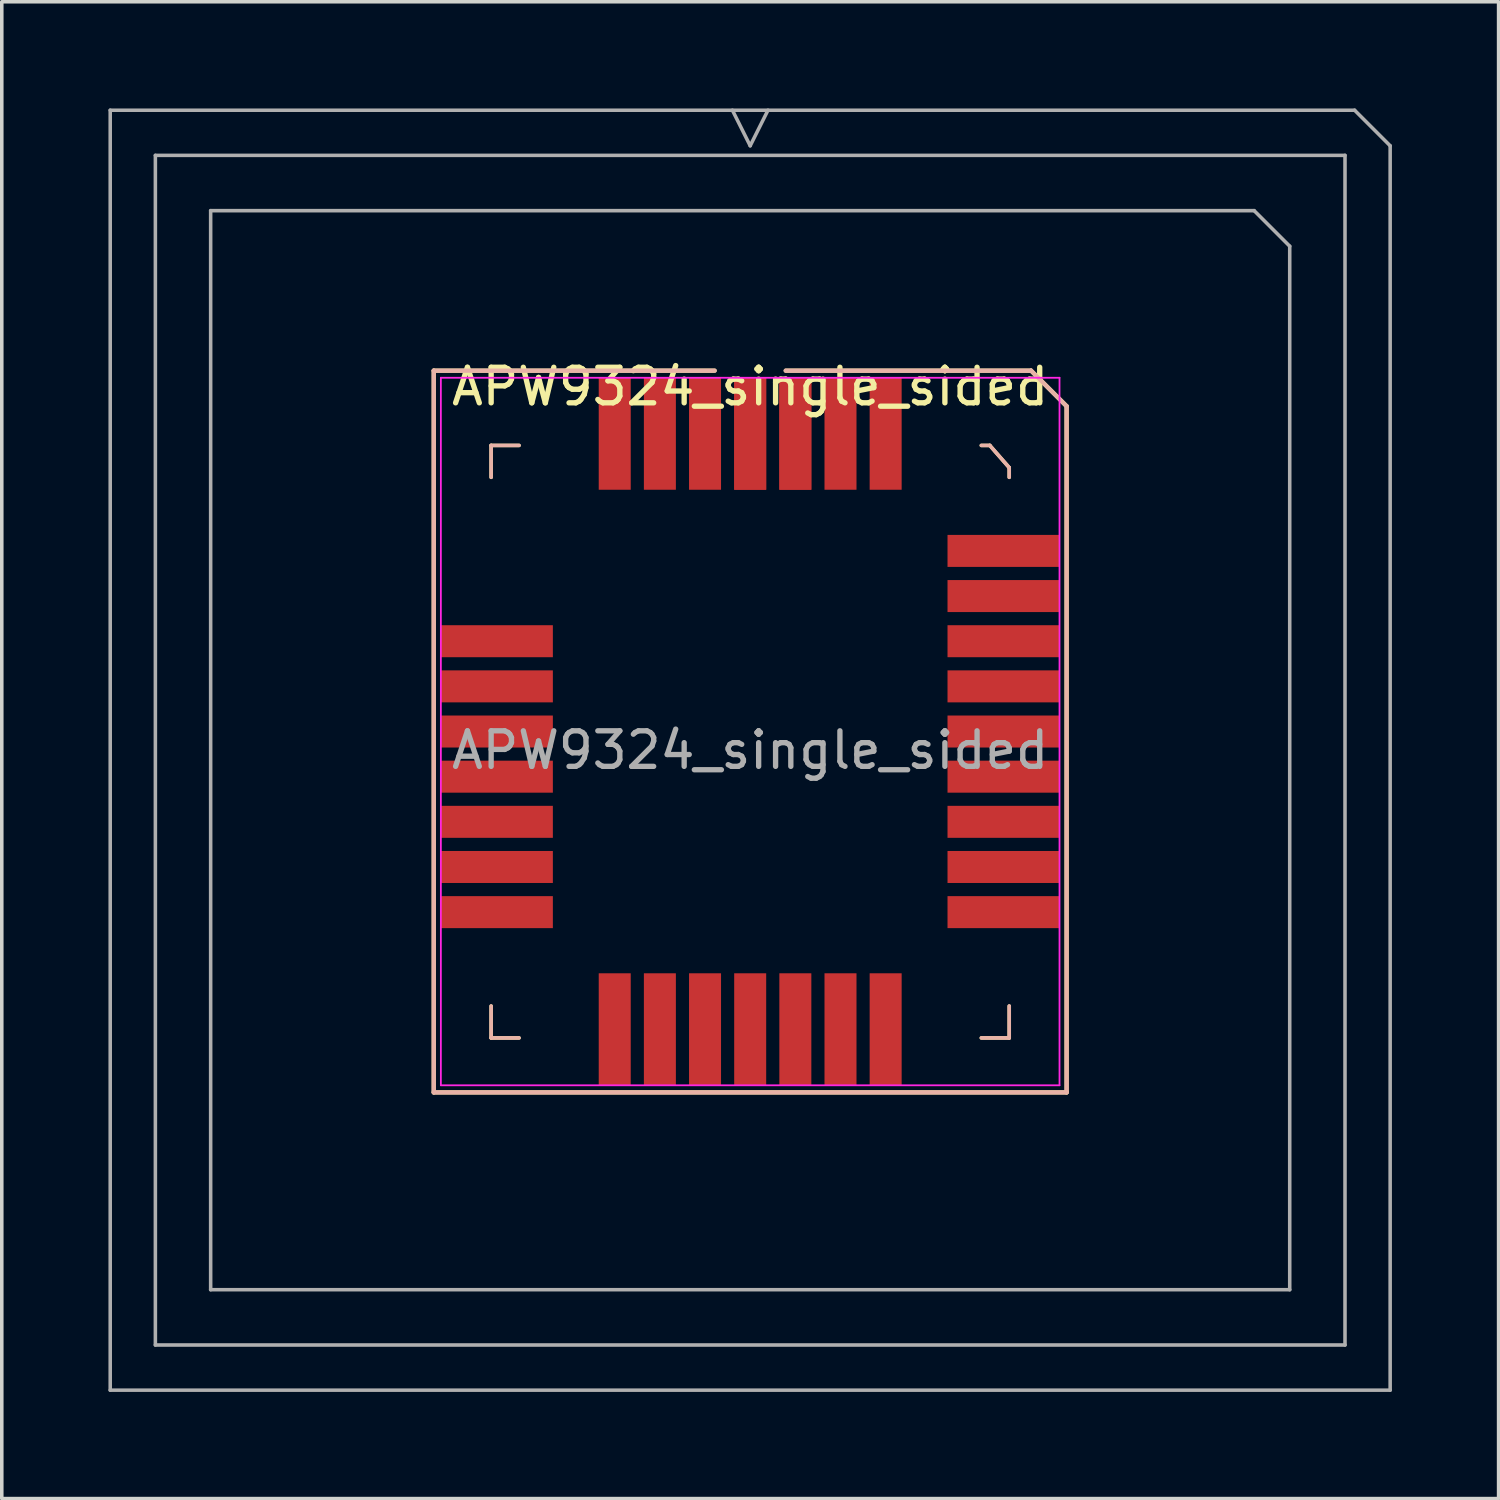
<source format=kicad_pcb>
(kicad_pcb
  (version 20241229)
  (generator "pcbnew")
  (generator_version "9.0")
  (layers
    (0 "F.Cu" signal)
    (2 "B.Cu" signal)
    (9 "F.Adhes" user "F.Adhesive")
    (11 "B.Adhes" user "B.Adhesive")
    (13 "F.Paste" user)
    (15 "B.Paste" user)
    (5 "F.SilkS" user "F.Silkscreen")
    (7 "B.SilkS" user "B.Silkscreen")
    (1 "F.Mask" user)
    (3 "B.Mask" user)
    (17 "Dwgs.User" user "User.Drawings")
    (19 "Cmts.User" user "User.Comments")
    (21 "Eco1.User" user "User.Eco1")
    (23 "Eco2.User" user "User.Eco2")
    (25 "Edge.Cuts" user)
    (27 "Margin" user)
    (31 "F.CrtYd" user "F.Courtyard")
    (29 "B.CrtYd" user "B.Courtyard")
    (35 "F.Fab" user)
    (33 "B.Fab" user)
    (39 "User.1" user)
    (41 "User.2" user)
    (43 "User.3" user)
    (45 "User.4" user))
  (footprint "APW9324_single_sided"
    (layer "F.Cu")
    (at 18.05 17.525)
    (property "Reference" "APW9324_single_sided" (at 0 -9.7 180) (layer "F.SilkS") (effects (font (size 1 1) (thickness 0.15))))
    (attr smd)
    (fp_line (start -8.9 -10.15) (end -1 -10.15) (stroke (width 0.12) (type solid)) (layer "F.SilkS"))
    (fp_line (start -8.9 10.15) (end -8.9 -10.15) (stroke (width 0.12) (type solid)) (layer "F.SilkS"))
    (fp_line (start -7.286 -8.047) (end -7.286 -7.15) (stroke (width 0.1) (type solid)) (layer "F.SilkS"))
    (fp_line (start -7.286 8.618) (end -7.286 7.721) (stroke (width 0.1) (type solid)) (layer "F.SilkS"))
    (fp_line (start -6.501 -8.047) (end -7.286 -8.047) (stroke (width 0.1) (type solid)) (layer "F.SilkS"))
    (fp_line (start -6.501 8.618) (end -7.286 8.618) (stroke (width 0.1) (type solid)) (layer "F.SilkS"))
    (fp_line (start 1 -10.15) (end 7.9 -10.15) (stroke (width 0.12) (type solid)) (layer "F.SilkS"))
    (fp_line (start 6.501 -8.047) (end 6.739 -8.047) (stroke (width 0.1) (type solid)) (layer "F.SilkS"))
    (fp_line (start 6.501 8.618) (end 7.286 8.618) (stroke (width 0.1) (type solid)) (layer "F.SilkS"))
    (fp_line (start 6.739 -8.047) (end 7.286 -7.422) (stroke (width 0.1) (type solid)) (layer "F.SilkS"))
    (fp_line (start 7.286 -7.422) (end 7.286 -7.15) (stroke (width 0.1) (type solid)) (layer "F.SilkS"))
    (fp_line (start 7.286 8.618) (end 7.286 7.721) (stroke (width 0.1) (type solid)) (layer "F.SilkS"))
    (fp_line (start 7.9 -10.15) (end 8.9 -9.15) (stroke (width 0.12) (type solid)) (layer "F.SilkS"))
    (fp_line (start 8.9 -9.15) (end 8.9 10.15) (stroke (width 0.12) (type solid)) (layer "F.SilkS"))
    (fp_line (start 8.9 10.15) (end -8.9 10.15) (stroke (width 0.12) (type solid)) (layer "F.SilkS"))
    (fp_line (start -8.9 -10.15) (end -1 -10.15) (stroke (width 0.12) (type solid)) (layer "B.SilkS"))
    (fp_line (start -8.9 10.15) (end -8.9 -10.15) (stroke (width 0.12) (type solid)) (layer "B.SilkS"))
    (fp_line (start -7.286 -8.047) (end -7.286 -7.15) (stroke (width 0.1) (type solid)) (layer "B.SilkS"))
    (fp_line (start -7.286 8.618) (end -7.286 7.721) (stroke (width 0.1) (type solid)) (layer "B.SilkS"))
    (fp_line (start -6.501 -8.047) (end -7.286 -8.047) (stroke (width 0.1) (type solid)) (layer "B.SilkS"))
    (fp_line (start -6.501 8.618) (end -7.286 8.618) (stroke (width 0.1) (type solid)) (layer "B.SilkS"))
    (fp_line (start 1 -10.15) (end 7.9 -10.15) (stroke (width 0.12) (type solid)) (layer "B.SilkS"))
    (fp_line (start 6.501 -8.047) (end 6.739 -8.047) (stroke (width 0.1) (type solid)) (layer "B.SilkS"))
    (fp_line (start 6.501 8.618) (end 7.286 8.618) (stroke (width 0.1) (type solid)) (layer "B.SilkS"))
    (fp_line (start 6.739 -8.047) (end 7.286 -7.422) (stroke (width 0.1) (type solid)) (layer "B.SilkS"))
    (fp_line (start 7.286 -7.422) (end 7.286 -7.15) (stroke (width 0.1) (type solid)) (layer "B.SilkS"))
    (fp_line (start 7.286 8.618) (end 7.286 7.721) (stroke (width 0.1) (type solid)) (layer "B.SilkS"))
    (fp_line (start 7.9 -10.15) (end 8.9 -9.15) (stroke (width 0.12) (type solid)) (layer "B.SilkS"))
    (fp_line (start 8.9 -9.15) (end 8.9 10.15) (stroke (width 0.12) (type solid)) (layer "B.SilkS"))
    (fp_line (start 8.9 10.15) (end -8.9 10.15) (stroke (width 0.12) (type solid)) (layer "B.SilkS"))
    (fp_line (start -8.7 -9.95) (end 8.7 -9.95) (stroke (width 0.05) (type solid)) (layer "F.CrtYd"))
    (fp_line (start -8.7 9.95) (end -8.7 -9.95) (stroke (width 0.05) (type solid)) (layer "F.CrtYd"))
    (fp_line (start 8.7 -9.95) (end 8.7 9.95) (stroke (width 0.05) (type solid)) (layer "F.CrtYd"))
    (fp_line (start 8.7 9.95) (end -8.7 9.95) (stroke (width 0.05) (type solid)) (layer "F.CrtYd"))
    (fp_line (start -18 -17.475) (end 17 -17.475) (stroke (width 0.1) (type solid)) (layer "F.Fab"))
    (fp_line (start -18 18.525) (end -18 -17.475) (stroke (width 0.1) (type solid)) (layer "F.Fab"))
    (fp_line (start -16.73 -16.205) (end 16.73 -16.205) (stroke (width 0.1) (type solid)) (layer "F.Fab"))
    (fp_line (start -16.73 17.255) (end -16.73 -16.205) (stroke (width 0.1) (type solid)) (layer "F.Fab"))
    (fp_line (start -15.175 -14.65) (end 14.175 -14.65) (stroke (width 0.1) (type solid)) (layer "F.Fab"))
    (fp_line (start -15.175 15.7) (end -15.175 -14.65) (stroke (width 0.1) (type solid)) (layer "F.Fab"))
    (fp_line (start 0 -16.475) (end -0.5 -17.475) (stroke (width 0.1) (type solid)) (layer "F.Fab"))
    (fp_line (start 0.5 -17.475) (end 0 -16.475) (stroke (width 0.1) (type solid)) (layer "F.Fab"))
    (fp_line (start 14.175 -14.65) (end 15.175 -13.65) (stroke (width 0.1) (type solid)) (layer "F.Fab"))
    (fp_line (start 15.175 -13.65) (end 15.175 15.7) (stroke (width 0.1) (type solid)) (layer "F.Fab"))
    (fp_line (start 15.175 15.7) (end -15.175 15.7) (stroke (width 0.1) (type solid)) (layer "F.Fab"))
    (fp_line (start 16.73 -16.205) (end 16.73 17.255) (stroke (width 0.1) (type solid)) (layer "F.Fab"))
    (fp_line (start 16.73 17.255) (end -16.73 17.255) (stroke (width 0.1) (type solid)) (layer "F.Fab"))
    (fp_line (start 17 -17.475) (end 18 -16.475) (stroke (width 0.1) (type solid)) (layer "F.Fab"))
    (fp_line (start 18 -16.475) (end 18 18.525) (stroke (width 0.1) (type solid)) (layer "F.Fab"))
    (fp_line (start 18 18.525) (end -18 18.525) (stroke (width 0.1) (type solid)) (layer "F.Fab"))
    (fp_text user "${REFERENCE}" (at 0 0.525 180) (layer "F.Fab") (effects (font (size 1 1) (thickness 0.15))))
    (pad "1" smd rect (at 0 -8.375) (size 0.9 3.15) (layers "F.Cu" "F.Mask" "F.Paste"))
    (pad "2" smd rect (at 1.27 -8.375) (size 0.9 3.15) (layers "F.Cu" "F.Mask" "F.Paste"))
    (pad "3" smd rect (at 2.54 -8.375) (size 0.9 3.15) (layers "F.Cu" "F.Mask" "F.Paste"))
    (pad "4" smd rect (at 3.81 -8.375) (size 0.9 3.15) (layers "F.Cu" "F.Mask" "F.Paste"))
    (pad "5" smd rect (at 7.125 -5.08) (size 3.15 0.9) (layers "F.Cu" "F.Mask" "F.Paste"))
    (pad "6" smd rect (at 7.125 -3.81) (size 3.15 0.9) (layers "F.Cu" "F.Mask" "F.Paste"))
    (pad "7" smd rect (at 7.125 -2.54) (size 3.15 0.9) (layers "F.Cu" "F.Mask" "F.Paste"))
    (pad "8" smd rect (at 7.125 -1.27) (size 3.15 0.9) (layers "F.Cu" "F.Mask" "F.Paste"))
    (pad "9" smd rect (at 7.125 0) (size 3.15 0.9) (layers "F.Cu" "F.Mask" "F.Paste"))
    (pad "10" smd rect (at 7.125 1.27) (size 3.15 0.9) (layers "F.Cu" "F.Mask" "F.Paste"))
    (pad "11" smd rect (at 7.125 2.54) (size 3.15 0.9) (layers "F.Cu" "F.Mask" "F.Paste"))
    (pad "12" smd rect (at 7.125 3.81) (size 3.15 0.9) (layers "F.Cu" "F.Mask" "F.Paste"))
    (pad "13" smd rect (at 7.125 5.08) (size 3.15 0.9) (layers "F.Cu" "F.Mask" "F.Paste"))
    (pad "14" smd rect (at 3.81 8.375) (size 0.9 3.15) (layers "F.Cu" "F.Mask" "F.Paste"))
    (pad "15" smd rect (at 2.54 8.375) (size 0.9 3.15) (layers "F.Cu" "F.Mask" "F.Paste"))
    (pad "16" smd rect (at 1.27 8.375) (size 0.9 3.15) (layers "F.Cu" "F.Mask" "F.Paste"))
    (pad "17" smd rect (at 0 8.375) (size 0.9 3.15) (layers "F.Cu" "F.Mask" "F.Paste"))
    (pad "18" smd rect (at -1.27 8.375) (size 0.9 3.15) (layers "F.Cu" "F.Mask" "F.Paste"))
    (pad "19" smd rect (at -2.54 8.375) (size 0.9 3.15) (layers "F.Cu" "F.Mask" "F.Paste"))
    (pad "20" smd rect (at -3.81 8.375) (size 0.9 3.15) (layers "F.Cu" "F.Mask" "F.Paste"))
    (pad "21" smd rect (at -7.125 5.08) (size 3.15 0.9) (layers "F.Cu" "F.Mask" "F.Paste"))
    (pad "22" smd rect (at -7.125 3.81) (size 3.15 0.9) (layers "F.Cu" "F.Mask" "F.Paste"))
    (pad "23" smd rect (at -7.125 2.54) (size 3.15 0.9) (layers "F.Cu" "F.Mask" "F.Paste"))
    (pad "24" smd rect (at -7.125 1.27) (size 3.15 0.9) (layers "F.Cu" "F.Mask" "F.Paste"))
    (pad "25" smd rect (at -7.125 0) (size 3.15 0.9) (layers "F.Cu" "F.Mask" "F.Paste"))
    (pad "26" smd rect (at -7.125 -1.27) (size 3.15 0.9) (layers "F.Cu" "F.Mask" "F.Paste"))
    (pad "27" smd rect (at -7.125 -2.54) (size 3.15 0.9) (layers "F.Cu" "F.Mask" "F.Paste"))
    (pad "28" smd rect (at -3.81 -8.375) (size 0.9 3.15) (layers "F.Cu" "F.Mask" "F.Paste"))
    (pad "29" smd rect (at -2.54 -8.375) (size 0.9 3.15) (layers "F.Cu" "F.Mask" "F.Paste"))
    (pad "30" smd rect (at -1.27 -8.375) (size 0.9 3.15) (layers "F.Cu" "F.Mask" "F.Paste"))
    (pad "31" smd rect (at 0 -8.375) (size 0.9 3.15) (layers "F.Cu" "F.Mask" "F.Paste"))
    (pad "32" smd rect (at 1.27 -8.375) (size 0.9 3.15) (layers "F.Cu" "F.Mask" "F.Paste")))
  (gr_rect
    (start -3 -3)
    (end 39.1 39.1)
    (stroke (width 0.1) (type default))
    (fill no)
    (layer "Edge.Cuts")))
</source>
